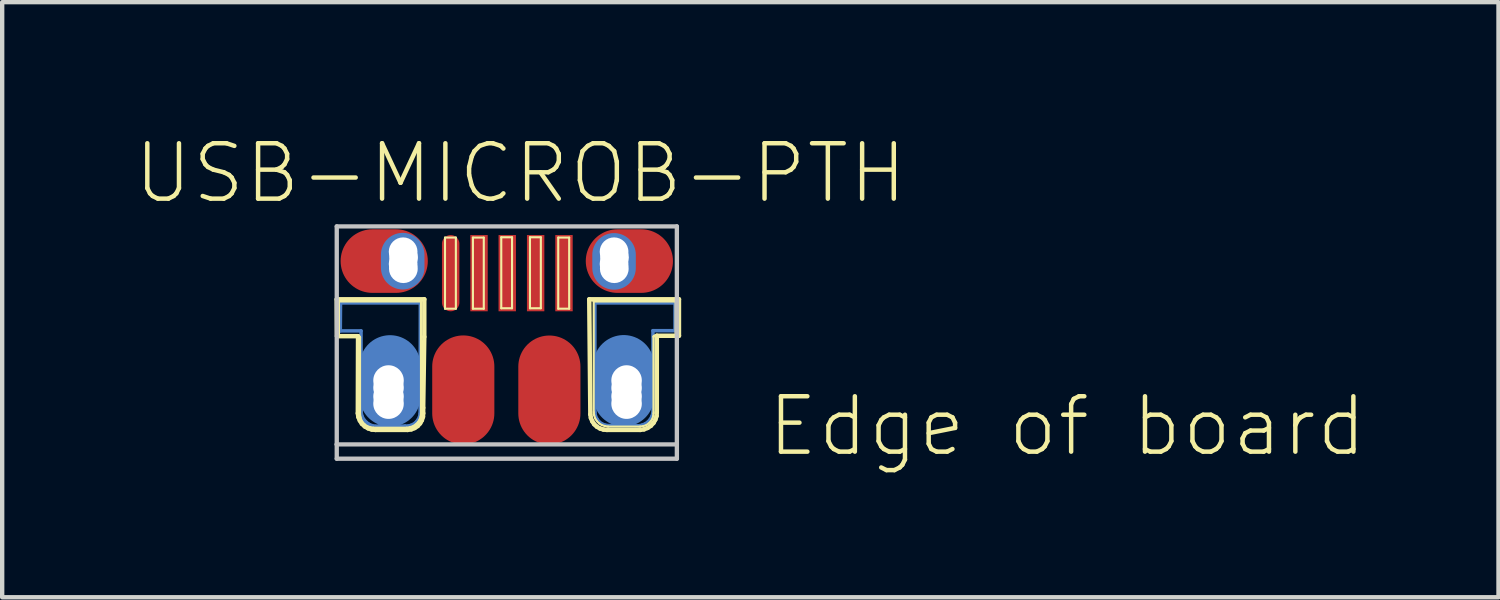
<source format=kicad_pcb>
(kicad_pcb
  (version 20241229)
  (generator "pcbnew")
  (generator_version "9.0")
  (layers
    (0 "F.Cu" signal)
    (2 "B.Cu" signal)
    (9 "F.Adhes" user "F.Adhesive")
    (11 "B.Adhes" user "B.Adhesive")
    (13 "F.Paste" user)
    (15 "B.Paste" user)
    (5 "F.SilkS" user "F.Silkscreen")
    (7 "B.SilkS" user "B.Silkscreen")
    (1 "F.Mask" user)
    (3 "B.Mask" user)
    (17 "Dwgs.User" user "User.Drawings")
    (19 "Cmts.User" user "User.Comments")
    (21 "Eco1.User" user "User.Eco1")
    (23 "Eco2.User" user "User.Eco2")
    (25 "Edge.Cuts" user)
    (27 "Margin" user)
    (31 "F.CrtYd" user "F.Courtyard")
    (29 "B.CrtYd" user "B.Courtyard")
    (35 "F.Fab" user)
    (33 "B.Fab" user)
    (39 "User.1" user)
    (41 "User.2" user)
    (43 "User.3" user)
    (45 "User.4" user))
  (footprint "USB-MICROB-PTH"
    (layer "F.Cu")
    (at 8.55 4.541)
    (property "Reference" "USB-MICROB-PTH" (at 0.335 -3.619 0) (layer "F.SilkS") (effects (font (size 1.27 1.27) (thickness 0.102))))
    (attr smd)
    (fp_line (start -3.797 -0.005) (end -3.322 -0.005) (stroke (width 0.079) (type solid)) (layer "B.Cu"))
    (fp_line (start -3.792 -0.645) (end -3.797 -0.005) (stroke (width 0.079) (type solid)) (layer "B.Cu"))
    (fp_line (start -3.322 -0.005) (end -3.317 1.882) (stroke (width 0.079) (type solid)) (layer "B.Cu"))
    (fp_line (start -3.317 1.882) (end -3.297 1.958) (stroke (width 0.079) (type solid)) (layer "B.Cu"))
    (fp_line (start -3.297 1.958) (end -3.259 2.029) (stroke (width 0.079) (type solid)) (layer "B.Cu"))
    (fp_line (start -3.259 2.029) (end -3.205 2.088) (stroke (width 0.079) (type solid)) (layer "B.Cu"))
    (fp_line (start -3.205 2.088) (end -3.142 2.136) (stroke (width 0.079) (type solid)) (layer "B.Cu"))
    (fp_line (start -3.142 2.136) (end -3.071 2.167) (stroke (width 0.079) (type solid)) (layer "B.Cu"))
    (fp_line (start -3.071 2.167) (end -2.992 2.182) (stroke (width 0.079) (type solid)) (layer "B.Cu"))
    (fp_line (start -2.992 2.182) (end -2.913 2.177) (stroke (width 0.079) (type solid)) (layer "B.Cu"))
    (fp_line (start -2.913 2.177) (end -2.311 2.177) (stroke (width 0.079) (type solid)) (layer "B.Cu"))
    (fp_line (start -2.311 2.177) (end -2.24 2.177) (stroke (width 0.079) (type solid)) (layer "B.Cu"))
    (fp_line (start -2.24 2.177) (end -2.172 2.159) (stroke (width 0.079) (type solid)) (layer "B.Cu"))
    (fp_line (start -2.172 2.159) (end -2.108 2.129) (stroke (width 0.079) (type solid)) (layer "B.Cu"))
    (fp_line (start -2.108 2.129) (end -2.055 2.083) (stroke (width 0.079) (type solid)) (layer "B.Cu"))
    (fp_line (start -2.055 2.083) (end -2.012 2.027) (stroke (width 0.079) (type solid)) (layer "B.Cu"))
    (fp_line (start -2.012 2.027) (end -1.981 1.963) (stroke (width 0.079) (type solid)) (layer "B.Cu"))
    (fp_line (start -1.981 1.963) (end -1.968 1.892) (stroke (width 0.079) (type solid)) (layer "B.Cu"))
    (fp_line (start -1.968 1.892) (end -1.963 -0.645) (stroke (width 0.079) (type solid)) (layer "B.Cu"))
    (fp_line (start -1.963 -0.645) (end -3.792 -0.645) (stroke (width 0.079) (type solid)) (layer "B.Cu"))
    (fp_line (start 2.04 -0.645) (end 3.876 -0.645) (stroke (width 0.079) (type solid)) (layer "B.Cu"))
    (fp_line (start 2.04 1.862) (end 2.04 -0.645) (stroke (width 0.079) (type solid)) (layer "B.Cu"))
    (fp_line (start 2.052 1.943) (end 2.04 1.862) (stroke (width 0.079) (type solid)) (layer "B.Cu"))
    (fp_line (start 2.088 2.019) (end 2.052 1.943) (stroke (width 0.079) (type solid)) (layer "B.Cu"))
    (fp_line (start 2.139 2.083) (end 2.088 2.019) (stroke (width 0.079) (type solid)) (layer "B.Cu"))
    (fp_line (start 2.207 2.131) (end 2.139 2.083) (stroke (width 0.079) (type solid)) (layer "B.Cu"))
    (fp_line (start 2.283 2.159) (end 2.207 2.131) (stroke (width 0.079) (type solid)) (layer "B.Cu"))
    (fp_line (start 2.365 2.167) (end 2.283 2.159) (stroke (width 0.079) (type solid)) (layer "B.Cu"))
    (fp_line (start 2.964 2.167) (end 2.365 2.167) (stroke (width 0.079) (type solid)) (layer "B.Cu"))
    (fp_line (start 3.045 2.172) (end 2.964 2.167) (stroke (width 0.079) (type solid)) (layer "B.Cu"))
    (fp_line (start 3.122 2.156) (end 3.045 2.172) (stroke (width 0.079) (type solid)) (layer "B.Cu"))
    (fp_line (start 3.195 2.126) (end 3.122 2.156) (stroke (width 0.079) (type solid)) (layer "B.Cu"))
    (fp_line (start 3.259 2.08) (end 3.195 2.126) (stroke (width 0.079) (type solid)) (layer "B.Cu"))
    (fp_line (start 3.312 2.019) (end 3.259 2.08) (stroke (width 0.079) (type solid)) (layer "B.Cu"))
    (fp_line (start 3.35 1.948) (end 3.312 2.019) (stroke (width 0.079) (type solid)) (layer "B.Cu"))
    (fp_line (start 3.371 -0.01) (end 3.371 1.872) (stroke (width 0.079) (type solid)) (layer "B.Cu"))
    (fp_line (start 3.371 1.872) (end 3.35 1.948) (stroke (width 0.079) (type solid)) (layer "B.Cu"))
    (fp_line (start 3.876 -0.645) (end 3.876 -0.01) (stroke (width 0.079) (type solid)) (layer "B.Cu"))
    (fp_line (start 3.876 -0.01) (end 3.371 -0.01) (stroke (width 0.079) (type solid)) (layer "B.Cu"))
    (fp_line (start -3.879 -0.729) (end -1.872 -0.729) (stroke (width 0.102) (type solid)) (layer "F.SilkS"))
    (fp_line (start -3.873 0.117) (end -3.879 -0.729) (stroke (width 0.102) (type solid)) (layer "F.SilkS"))
    (fp_line (start -3.828 -0.678) (end -1.948 -0.678) (stroke (width 0.048) (type solid)) (layer "F.SilkS"))
    (fp_line (start -3.828 0.132) (end -3.828 -0.678) (stroke (width 0.048) (type solid)) (layer "F.SilkS"))
    (fp_line (start -3.396 1.885) (end -3.391 0.117) (stroke (width 0.102) (type solid)) (layer "F.SilkS"))
    (fp_line (start -3.391 0.117) (end -3.873 0.117) (stroke (width 0.102) (type solid)) (layer "F.SilkS"))
    (fp_line (start -3.383 1.971) (end -3.396 1.885) (stroke (width 0.102) (type solid)) (layer "F.SilkS"))
    (fp_line (start -3.371 0.132) (end -3.828 0.132) (stroke (width 0.048) (type solid)) (layer "F.SilkS"))
    (fp_line (start -3.36 0.132) (end -3.371 0.132) (stroke (width 0.048) (type solid)) (layer "F.SilkS"))
    (fp_line (start -3.35 0.137) (end -3.36 0.132) (stroke (width 0.048) (type solid)) (layer "F.SilkS"))
    (fp_line (start -3.35 2.052) (end -3.383 1.971) (stroke (width 0.102) (type solid)) (layer "F.SilkS"))
    (fp_line (start -3.345 0.147) (end -3.35 0.137) (stroke (width 0.048) (type solid)) (layer "F.SilkS"))
    (fp_line (start -3.345 0.157) (end -3.345 0.147) (stroke (width 0.048) (type solid)) (layer "F.SilkS"))
    (fp_line (start -3.345 1.91) (end -3.345 0.157) (stroke (width 0.048) (type solid)) (layer "F.SilkS"))
    (fp_line (start -3.335 1.976) (end -3.345 1.91) (stroke (width 0.048) (type solid)) (layer "F.SilkS"))
    (fp_line (start -3.315 2.042) (end -3.335 1.976) (stroke (width 0.048) (type solid)) (layer "F.SilkS"))
    (fp_line (start -3.302 2.126) (end -3.35 2.052) (stroke (width 0.102) (type solid)) (layer "F.SilkS"))
    (fp_line (start -3.277 2.098) (end -3.315 2.042) (stroke (width 0.048) (type solid)) (layer "F.SilkS"))
    (fp_line (start -3.236 2.187) (end -3.302 2.126) (stroke (width 0.102) (type solid)) (layer "F.SilkS"))
    (fp_line (start -3.228 2.146) (end -3.277 2.098) (stroke (width 0.048) (type solid)) (layer "F.SilkS"))
    (fp_line (start -3.172 2.184) (end -3.228 2.146) (stroke (width 0.048) (type solid)) (layer "F.SilkS"))
    (fp_line (start -3.16 2.23) (end -3.236 2.187) (stroke (width 0.102) (type solid)) (layer "F.SilkS"))
    (fp_line (start -3.106 2.205) (end -3.172 2.184) (stroke (width 0.048) (type solid)) (layer "F.SilkS"))
    (fp_line (start -3.076 2.258) (end -3.16 2.23) (stroke (width 0.102) (type solid)) (layer "F.SilkS"))
    (fp_line (start -3.04 2.215) (end -3.106 2.205) (stroke (width 0.048) (type solid)) (layer "F.SilkS"))
    (fp_line (start -2.99 2.266) (end -3.076 2.258) (stroke (width 0.102) (type solid)) (layer "F.SilkS"))
    (fp_line (start -2.278 2.215) (end -3.04 2.215) (stroke (width 0.048) (type solid)) (layer "F.SilkS"))
    (fp_line (start -2.253 2.266) (end -2.99 2.266) (stroke (width 0.102) (type solid)) (layer "F.SilkS"))
    (fp_line (start -2.205 2.205) (end -2.278 2.215) (stroke (width 0.048) (type solid)) (layer "F.SilkS"))
    (fp_line (start -2.169 2.253) (end -2.253 2.266) (stroke (width 0.102) (type solid)) (layer "F.SilkS"))
    (fp_line (start -2.134 2.182) (end -2.205 2.205) (stroke (width 0.048) (type solid)) (layer "F.SilkS"))
    (fp_line (start -2.093 2.223) (end -2.169 2.253) (stroke (width 0.102) (type solid)) (layer "F.SilkS"))
    (fp_line (start -2.07 2.141) (end -2.134 2.182) (stroke (width 0.048) (type solid)) (layer "F.SilkS"))
    (fp_line (start -2.024 2.177) (end -2.093 2.223) (stroke (width 0.102) (type solid)) (layer "F.SilkS"))
    (fp_line (start -2.019 2.09) (end -2.07 2.141) (stroke (width 0.048) (type solid)) (layer "F.SilkS"))
    (fp_line (start -1.979 2.027) (end -2.019 2.09) (stroke (width 0.048) (type solid)) (layer "F.SilkS"))
    (fp_line (start -1.968 2.116) (end -2.024 2.177) (stroke (width 0.102) (type solid)) (layer "F.SilkS"))
    (fp_line (start -1.956 1.956) (end -1.979 2.027) (stroke (width 0.048) (type solid)) (layer "F.SilkS"))
    (fp_line (start -1.948 -0.678) (end -1.948 1.885) (stroke (width 0.048) (type solid)) (layer "F.SilkS"))
    (fp_line (start -1.948 1.885) (end -1.956 1.956) (stroke (width 0.048) (type solid)) (layer "F.SilkS"))
    (fp_line (start -1.928 2.045) (end -1.968 2.116) (stroke (width 0.102) (type solid)) (layer "F.SilkS"))
    (fp_line (start -1.902 1.966) (end -1.928 2.045) (stroke (width 0.102) (type solid)) (layer "F.SilkS"))
    (fp_line (start -1.897 1.758) (end -1.897 1.885) (stroke (width 0.102) (type solid)) (layer "F.SilkS"))
    (fp_line (start -1.897 1.885) (end -1.902 1.966) (stroke (width 0.102) (type solid)) (layer "F.SilkS"))
    (fp_line (start -1.872 -0.729) (end -1.872 0.132) (stroke (width 0.102) (type solid)) (layer "F.SilkS"))
    (fp_line (start -1.872 0.132) (end -1.897 1.758) (stroke (width 0.102) (type solid)) (layer "F.SilkS"))
    (fp_line (start -1.397 -2.144) (end -1.148 -2.144) (stroke (width 0.048) (type solid)) (layer "F.SilkS"))
    (fp_line (start -1.397 -0.513) (end -1.397 -2.144) (stroke (width 0.048) (type solid)) (layer "F.SilkS"))
    (fp_line (start -1.148 -2.144) (end -1.148 -0.513) (stroke (width 0.048) (type solid)) (layer "F.SilkS"))
    (fp_line (start -1.148 -0.513) (end -1.397 -0.513) (stroke (width 0.048) (type solid)) (layer "F.SilkS"))
    (fp_line (start -0.757 -2.144) (end -0.508 -2.144) (stroke (width 0.048) (type solid)) (layer "F.SilkS"))
    (fp_line (start -0.757 -0.513) (end -0.757 -2.144) (stroke (width 0.048) (type solid)) (layer "F.SilkS"))
    (fp_line (start -0.508 -2.144) (end -0.508 -0.513) (stroke (width 0.048) (type solid)) (layer "F.SilkS"))
    (fp_line (start -0.508 -0.513) (end -0.757 -0.513) (stroke (width 0.048) (type solid)) (layer "F.SilkS"))
    (fp_line (start -0.107 -2.151) (end 0.14 -2.151) (stroke (width 0.048) (type solid)) (layer "F.SilkS"))
    (fp_line (start -0.107 -0.523) (end -0.107 -2.151) (stroke (width 0.048) (type solid)) (layer "F.SilkS"))
    (fp_line (start 0.14 -2.151) (end 0.14 -0.523) (stroke (width 0.048) (type solid)) (layer "F.SilkS"))
    (fp_line (start 0.14 -0.523) (end -0.107 -0.523) (stroke (width 0.048) (type solid)) (layer "F.SilkS"))
    (fp_line (start 0.551 -2.151) (end 0.8 -2.151) (stroke (width 0.048) (type solid)) (layer "F.SilkS"))
    (fp_line (start 0.551 -0.523) (end 0.551 -2.151) (stroke (width 0.048) (type solid)) (layer "F.SilkS"))
    (fp_line (start 0.8 -2.151) (end 0.8 -0.523) (stroke (width 0.048) (type solid)) (layer "F.SilkS"))
    (fp_line (start 0.8 -0.523) (end 0.551 -0.523) (stroke (width 0.048) (type solid)) (layer "F.SilkS"))
    (fp_line (start 1.199 -2.144) (end 1.45 -2.144) (stroke (width 0.048) (type solid)) (layer "F.SilkS"))
    (fp_line (start 1.199 -0.513) (end 1.199 -2.144) (stroke (width 0.048) (type solid)) (layer "F.SilkS"))
    (fp_line (start 1.45 -2.144) (end 1.45 -0.513) (stroke (width 0.048) (type solid)) (layer "F.SilkS"))
    (fp_line (start 1.45 -0.513) (end 1.199 -0.513) (stroke (width 0.048) (type solid)) (layer "F.SilkS"))
    (fp_line (start 1.91 -0.729) (end 3.967 -0.729) (stroke (width 0.102) (type solid)) (layer "F.SilkS"))
    (fp_line (start 1.935 1.91) (end 1.91 -0.729) (stroke (width 0.102) (type solid)) (layer "F.SilkS"))
    (fp_line (start 1.948 1.991) (end 1.935 1.91) (stroke (width 0.102) (type solid)) (layer "F.SilkS"))
    (fp_line (start 1.979 2.068) (end 1.948 1.991) (stroke (width 0.102) (type solid)) (layer "F.SilkS"))
    (fp_line (start 2.012 -0.678) (end 2.012 1.859) (stroke (width 0.048) (type solid)) (layer "F.SilkS"))
    (fp_line (start 2.012 1.859) (end 2.022 1.93) (stroke (width 0.048) (type solid)) (layer "F.SilkS"))
    (fp_line (start 2.022 1.93) (end 2.045 2.002) (stroke (width 0.048) (type solid)) (layer "F.SilkS"))
    (fp_line (start 2.024 2.136) (end 1.979 2.068) (stroke (width 0.102) (type solid)) (layer "F.SilkS"))
    (fp_line (start 2.045 2.002) (end 2.085 2.065) (stroke (width 0.048) (type solid)) (layer "F.SilkS"))
    (fp_line (start 2.085 2.065) (end 2.136 2.116) (stroke (width 0.048) (type solid)) (layer "F.SilkS"))
    (fp_line (start 2.085 2.192) (end 2.024 2.136) (stroke (width 0.102) (type solid)) (layer "F.SilkS"))
    (fp_line (start 2.136 2.116) (end 2.2 2.156) (stroke (width 0.048) (type solid)) (layer "F.SilkS"))
    (fp_line (start 2.156 2.233) (end 2.085 2.192) (stroke (width 0.102) (type solid)) (layer "F.SilkS"))
    (fp_line (start 2.2 2.156) (end 2.271 2.179) (stroke (width 0.048) (type solid)) (layer "F.SilkS"))
    (fp_line (start 2.235 2.258) (end 2.156 2.233) (stroke (width 0.102) (type solid)) (layer "F.SilkS"))
    (fp_line (start 2.271 2.179) (end 2.342 2.189) (stroke (width 0.048) (type solid)) (layer "F.SilkS"))
    (fp_line (start 2.316 2.266) (end 2.235 2.258) (stroke (width 0.102) (type solid)) (layer "F.SilkS"))
    (fp_line (start 2.342 2.189) (end 3.078 2.189) (stroke (width 0.048) (type solid)) (layer "F.SilkS"))
    (fp_line (start 3.078 2.189) (end 3.147 2.179) (stroke (width 0.048) (type solid)) (layer "F.SilkS"))
    (fp_line (start 3.078 2.266) (end 2.316 2.266) (stroke (width 0.102) (type solid)) (layer "F.SilkS"))
    (fp_line (start 3.147 2.179) (end 3.213 2.159) (stroke (width 0.048) (type solid)) (layer "F.SilkS"))
    (fp_line (start 3.167 2.253) (end 3.078 2.266) (stroke (width 0.102) (type solid)) (layer "F.SilkS"))
    (fp_line (start 3.213 2.159) (end 3.269 2.121) (stroke (width 0.048) (type solid)) (layer "F.SilkS"))
    (fp_line (start 3.249 2.22) (end 3.167 2.253) (stroke (width 0.102) (type solid)) (layer "F.SilkS"))
    (fp_line (start 3.269 2.121) (end 3.317 2.073) (stroke (width 0.048) (type solid)) (layer "F.SilkS"))
    (fp_line (start 3.317 2.073) (end 3.355 2.017) (stroke (width 0.048) (type solid)) (layer "F.SilkS"))
    (fp_line (start 3.322 2.172) (end 3.249 2.22) (stroke (width 0.102) (type solid)) (layer "F.SilkS"))
    (fp_line (start 3.355 2.017) (end 3.376 1.951) (stroke (width 0.048) (type solid)) (layer "F.SilkS"))
    (fp_line (start 3.376 1.951) (end 3.383 1.885) (stroke (width 0.048) (type solid)) (layer "F.SilkS"))
    (fp_line (start 3.383 0.132) (end 3.386 0.122) (stroke (width 0.048) (type solid)) (layer "F.SilkS"))
    (fp_line (start 3.383 1.885) (end 3.383 0.132) (stroke (width 0.048) (type solid)) (layer "F.SilkS"))
    (fp_line (start 3.383 2.106) (end 3.322 2.172) (stroke (width 0.102) (type solid)) (layer "F.SilkS"))
    (fp_line (start 3.386 0.122) (end 3.391 0.112) (stroke (width 0.048) (type solid)) (layer "F.SilkS"))
    (fp_line (start 3.391 0.112) (end 3.401 0.107) (stroke (width 0.048) (type solid)) (layer "F.SilkS"))
    (fp_line (start 3.401 0.107) (end 3.409 0.107) (stroke (width 0.048) (type solid)) (layer "F.SilkS"))
    (fp_line (start 3.409 0.107) (end 3.891 0.107) (stroke (width 0.048) (type solid)) (layer "F.SilkS"))
    (fp_line (start 3.426 2.029) (end 3.383 2.106) (stroke (width 0.102) (type solid)) (layer "F.SilkS"))
    (fp_line (start 3.454 1.946) (end 3.426 2.029) (stroke (width 0.102) (type solid)) (layer "F.SilkS"))
    (fp_line (start 3.459 0.107) (end 3.459 1.859) (stroke (width 0.102) (type solid)) (layer "F.SilkS"))
    (fp_line (start 3.459 1.859) (end 3.454 1.946) (stroke (width 0.102) (type solid)) (layer "F.SilkS"))
    (fp_line (start 3.891 -0.678) (end 2.012 -0.678) (stroke (width 0.048) (type solid)) (layer "F.SilkS"))
    (fp_line (start 3.891 0.107) (end 3.891 -0.678) (stroke (width 0.048) (type solid)) (layer "F.SilkS"))
    (fp_line (start 3.967 -0.729) (end 3.967 0.107) (stroke (width 0.102) (type solid)) (layer "F.SilkS"))
    (fp_line (start 3.967 0.107) (end 3.459 0.107) (stroke (width 0.102) (type solid)) (layer "F.SilkS"))
    (fp_line (start -3.879 -2.4) (end 3.919 -2.4) (stroke (width 0.099) (type solid)) (layer "Dwgs.User"))
    (fp_line (start -3.879 2.598) (end -3.879 -2.4) (stroke (width 0.099) (type solid)) (layer "Dwgs.User"))
    (fp_line (start -3.879 2.598) (end 3.919 2.598) (stroke (width 0.099) (type solid)) (layer "Dwgs.User"))
    (fp_line (start -3.879 2.926) (end -3.879 2.598) (stroke (width 0.099) (type solid)) (layer "Dwgs.User"))
    (fp_line (start -3.879 2.926) (end 3.919 2.926) (stroke (width 0.099) (type solid)) (layer "Dwgs.User"))
    (fp_line (start 3.919 2.598) (end 3.919 -2.4) (stroke (width 0.099) (type solid)) (layer "Dwgs.User"))
    (fp_line (start 3.919 2.926) (end 3.919 2.598) (stroke (width 0.099) (type solid)) (layer "Dwgs.User"))
    (fp_text user "Edge of board" (at 12.868 2.182 0) (layer "F.SilkS") (effects (font (size 1.27 1.27) (thickness 0.102))))
    (pad "" np_thru_hole circle (at -2.692 1.133) (size 0.699 0.699) (drill 0.699) (layers "*.Cu" "*.Mask"))
    (pad "" np_thru_hole circle (at -2.692 1.298) (size 0.699 0.699) (drill 0.699) (layers "*.Cu" "*.Mask"))
    (pad "" np_thru_hole circle (at -2.692 1.499) (size 0.699 0.699) (drill 0.699) (layers "*.Cu" "*.Mask"))
    (pad "" np_thru_hole circle (at -2.692 1.664) (size 0.699 0.699) (drill 0.699) (layers "*.Cu" "*.Mask"))
    (pad "" np_thru_hole circle (at -2.357 -1.819) (size 0.658 0.658) (drill 0.658) (layers "*.Cu" "*.Mask"))
    (pad "" np_thru_hole circle (at -2.357 -1.539) (size 0.658 0.658) (drill 0.658) (layers "*.Cu" "*.Mask"))
    (pad "" np_thru_hole circle (at -2.352 -1.43) (size 0.658 0.658) (drill 0.658) (layers "*.Cu" "*.Mask"))
    (pad "" np_thru_hole circle (at -2.347 -1.689) (size 0.658 0.658) (drill 0.658) (layers "*.Cu" "*.Mask"))
    (pad "" np_thru_hole circle (at 2.479 -1.819) (size 0.658 0.658) (drill 0.658) (layers "*.Cu" "*.Mask"))
    (pad "" np_thru_hole circle (at 2.479 -1.539) (size 0.658 0.658) (drill 0.658) (layers "*.Cu" "*.Mask"))
    (pad "" np_thru_hole circle (at 2.484 -1.43) (size 0.658 0.658) (drill 0.658) (layers "*.Cu" "*.Mask"))
    (pad "" np_thru_hole circle (at 2.489 -1.689) (size 0.658 0.658) (drill 0.658) (layers "*.Cu" "*.Mask"))
    (pad "" np_thru_hole circle (at 2.766 1.133) (size 0.699 0.699) (drill 0.699) (layers "*.Cu" "*.Mask"))
    (pad "" np_thru_hole circle (at 2.766 1.303) (size 0.699 0.699) (drill 0.699) (layers "*.Cu" "*.Mask"))
    (pad "" np_thru_hole circle (at 2.766 1.496) (size 0.699 0.699) (drill 0.699) (layers "*.Cu" "*.Mask"))
    (pad "" np_thru_hole circle (at 2.766 1.664) (size 0.699 0.699) (drill 0.699) (layers "*.Cu" "*.Mask"))
    (pad "D+" smd rect (at 0.03 -1.328 90) (size 1.748 0.399) (layers "F.Cu" "F.Mask" "F.Paste"))
    (pad "D-" smd rect (at -0.617 -1.328 90) (size 1.748 0.399) (layers "F.Cu" "F.Mask" "F.Paste"))
    (pad "GND" smd rect (at 1.331 -1.328 90) (size 1.748 0.399) (layers "F.Cu" "F.Mask" "F.Paste"))
    (pad "ID" smd rect (at 0.681 -1.328 90) (size 1.748 0.399) (layers "F.Cu" "F.Mask" "F.Paste"))
    (pad "P$1" smd oval (at 2.7 1.14 90) (size 2.098 1.4) (layers "B.Cu" "B.Mask"))
    (pad "P$2" smd oval (at 2.487 -1.593 90) (size 1.298 0.998) (layers "F.Cu" "F.Mask" "F.Paste"))
    (pad "P$3" smd oval (at -2.657 1.143 90) (size 2.098 1.4) (layers "B.Cu" "B.Mask"))
    (pad "P$4" smd oval (at -2.367 -1.603 90) (size 1.298 0.998) (layers "B.Cu" "B.Mask"))
    (pad "P$6" smd oval (at -2.367 -1.603 90) (size 1.298 0.998) (layers "F.Cu" "F.Mask" "F.Paste"))
    (pad "P$8" smd oval (at 2.7 1.14 90) (size 1.499 1.1) (layers "F.Cu" "F.Mask" "F.Paste"))
    (pad "P$10" smd oval (at 2.479 -1.598 90) (size 1.298 0.998) (layers "B.Cu" "B.Mask"))
    (pad "P$12" smd oval (at -2.657 1.143 90) (size 1.499 1.1) (layers "F.Cu" "F.Mask" "F.Paste"))
    (pad "SHEI" smd oval (at 2.83 -1.605 90) (size 1.458 1.999) (layers "F.Cu" "F.Mask" "F.Paste"))
    (pad "SHIE" smd oval (at -2.791 -1.605 90) (size 1.458 1.999) (layers "F.Cu" "F.Mask" "F.Paste"))
    (pad "SHIE" smd oval (at -0.978 1.349 90) (size 2.499 1.425) (layers "F.Cu" "F.Mask" "F.Paste"))
    (pad "SHIE" smd oval (at 0.996 1.351 90) (size 2.499 1.425) (layers "F.Cu" "F.Mask" "F.Paste"))
    (pad "VBUS" smd oval (at -1.267 -1.328 90) (size 1.748 0.399) (layers "F.Cu" "F.Mask" "F.Paste")))
  (gr_rect
    (start -3 -3)
    (end 31.307 10.644)
    (stroke (width 0.1) (type default))
    (fill no)
    (layer "Edge.Cuts")))
</source>
